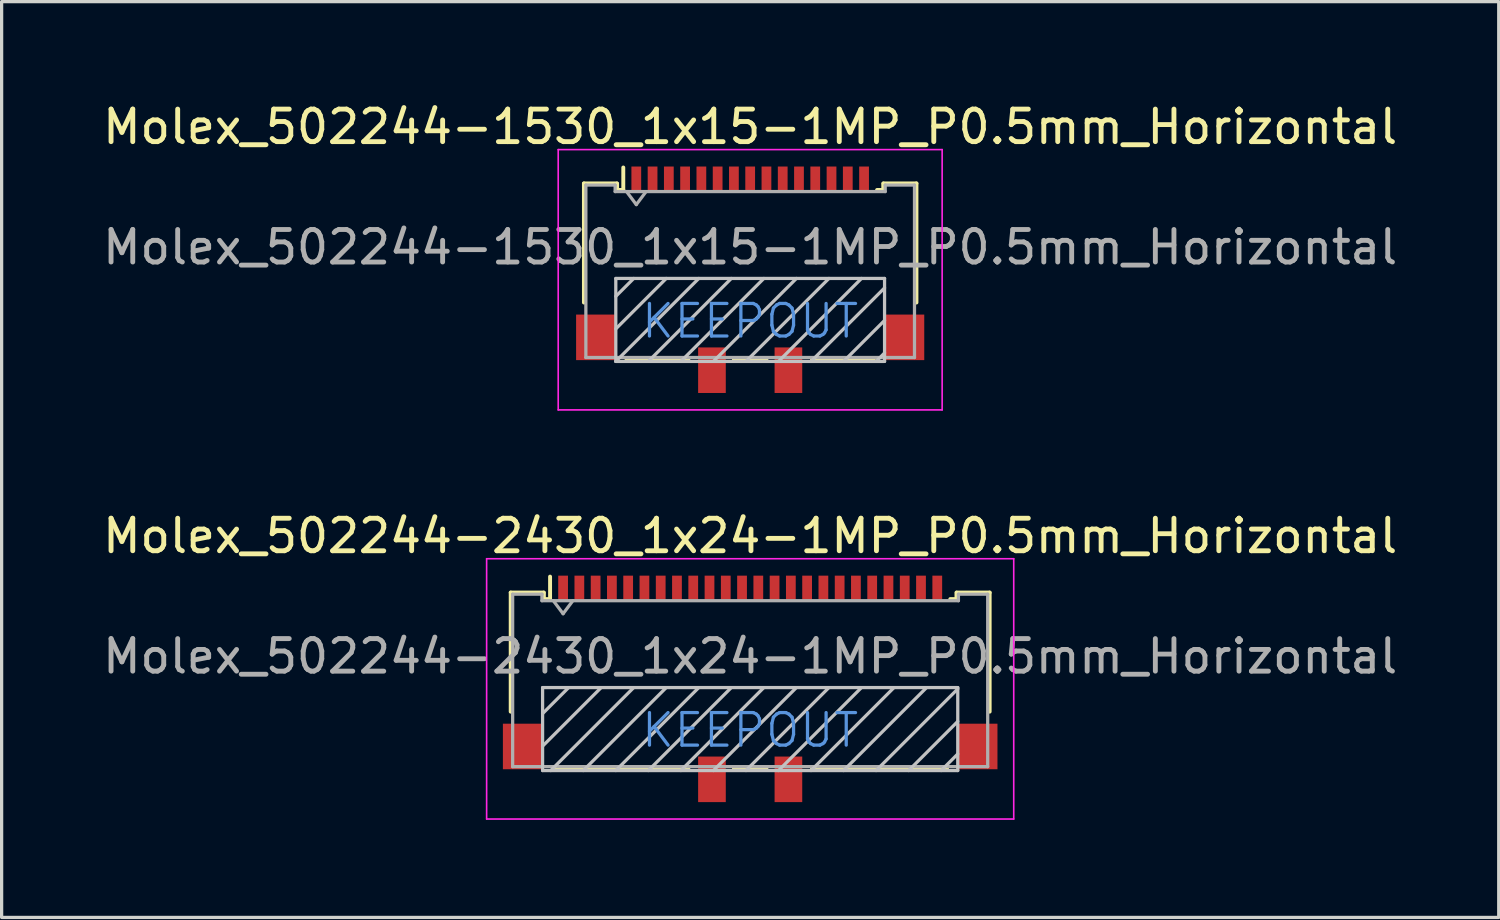
<source format=kicad_pcb>
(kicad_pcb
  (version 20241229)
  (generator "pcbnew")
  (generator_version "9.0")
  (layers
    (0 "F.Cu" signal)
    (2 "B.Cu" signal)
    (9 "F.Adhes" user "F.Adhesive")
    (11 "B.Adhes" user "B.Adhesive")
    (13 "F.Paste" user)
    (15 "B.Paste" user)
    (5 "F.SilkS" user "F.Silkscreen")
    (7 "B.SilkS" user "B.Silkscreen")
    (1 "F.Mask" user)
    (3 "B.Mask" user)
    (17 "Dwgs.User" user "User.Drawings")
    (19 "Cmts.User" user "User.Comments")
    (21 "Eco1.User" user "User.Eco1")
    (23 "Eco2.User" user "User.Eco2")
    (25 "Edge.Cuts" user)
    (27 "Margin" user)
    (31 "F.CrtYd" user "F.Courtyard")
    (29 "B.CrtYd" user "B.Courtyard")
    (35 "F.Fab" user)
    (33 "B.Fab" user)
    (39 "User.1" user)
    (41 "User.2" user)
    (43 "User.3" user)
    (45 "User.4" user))
  (footprint "Molex_502244-2430_1x24-1MP_P0.5mm_Horizontal"
    (layer "F.Cu")
    (at 20.006 18.122)
    (property "Reference" "Molex_502244-2430_1x24-1MP_P0.5mm_Horizontal" (at 0 -4.7 0) (layer "F.SilkS") (effects (font (size 1 1) (thickness 0.15))))
    (attr smd)
    (fp_line (start -7.36 -2.96) (end -6.35 -2.96) (stroke (width 0.12) (type solid)) (layer "F.SilkS"))
    (fp_line (start -7.36 0.7) (end -7.36 -2.96) (stroke (width 0.12) (type solid)) (layer "F.SilkS"))
    (fp_line (start -6.34 -2.76) (end -6.34 -2.96) (stroke (width 0.12) (type solid)) (layer "F.SilkS"))
    (fp_line (start -6.34 -2.76) (end -6.15 -2.76) (stroke (width 0.12) (type solid)) (layer "F.SilkS"))
    (fp_line (start -6.15 -2.76) (end -6.15 -3.45) (stroke (width 0.12) (type solid)) (layer "F.SilkS"))
    (fp_line (start -6.05 2.45) (end -1.9 2.45) (stroke (width 0.12) (type solid)) (layer "F.SilkS"))
    (fp_line (start -0.5 2.45) (end 0.5 2.45) (stroke (width 0.12) (type solid)) (layer "F.SilkS"))
    (fp_line (start 1.9 2.45) (end 6.05 2.45) (stroke (width 0.12) (type solid)) (layer "F.SilkS"))
    (fp_line (start 6.34 -2.96) (end 6.34 -2.76) (stroke (width 0.12) (type solid)) (layer "F.SilkS"))
    (fp_line (start 6.34 -2.76) (end 6.15 -2.76) (stroke (width 0.12) (type solid)) (layer "F.SilkS"))
    (fp_line (start 6.35 -2.96) (end 7.36 -2.96) (stroke (width 0.12) (type solid)) (layer "F.SilkS"))
    (fp_line (start 7.36 -2.96) (end 7.36 0.7) (stroke (width 0.12) (type solid)) (layer "F.SilkS"))
    (fp_line (start -6.38 -0.04) (end 6.38 -0.04) (stroke (width 0.1) (type solid)) (layer "Dwgs.User"))
    (fp_line (start -6.38 0.76) (end -5.58 -0.04) (stroke (width 0.1) (type solid)) (layer "Dwgs.User"))
    (fp_line (start -6.38 1.76) (end -4.58 -0.04) (stroke (width 0.1) (type solid)) (layer "Dwgs.User"))
    (fp_line (start -6.38 2.51) (end -6.38 -0.04) (stroke (width 0.1) (type solid)) (layer "Dwgs.User"))
    (fp_line (start -6.13 2.51) (end -3.58 -0.04) (stroke (width 0.1) (type solid)) (layer "Dwgs.User"))
    (fp_line (start -5.13 2.51) (end -2.58 -0.04) (stroke (width 0.1) (type solid)) (layer "Dwgs.User"))
    (fp_line (start -4.13 2.51) (end -1.58 -0.04) (stroke (width 0.1) (type solid)) (layer "Dwgs.User"))
    (fp_line (start -3.13 2.51) (end -0.58 -0.04) (stroke (width 0.1) (type solid)) (layer "Dwgs.User"))
    (fp_line (start -2.13 2.51) (end 0.42 -0.04) (stroke (width 0.1) (type solid)) (layer "Dwgs.User"))
    (fp_line (start -1.13 2.51) (end 1.42 -0.04) (stroke (width 0.1) (type solid)) (layer "Dwgs.User"))
    (fp_line (start -0.13 2.51) (end 2.42 -0.04) (stroke (width 0.1) (type solid)) (layer "Dwgs.User"))
    (fp_line (start 0.87 2.51) (end 3.42 -0.04) (stroke (width 0.1) (type solid)) (layer "Dwgs.User"))
    (fp_line (start 1.87 2.51) (end 4.42 -0.04) (stroke (width 0.1) (type solid)) (layer "Dwgs.User"))
    (fp_line (start 2.87 2.51) (end 5.42 -0.04) (stroke (width 0.1) (type solid)) (layer "Dwgs.User"))
    (fp_line (start 3.87 2.51) (end 6.38 0) (stroke (width 0.1) (type solid)) (layer "Dwgs.User"))
    (fp_line (start 4.87 2.51) (end 6.38 1) (stroke (width 0.1) (type solid)) (layer "Dwgs.User"))
    (fp_line (start 5.87 2.51) (end 6.38 2) (stroke (width 0.1) (type solid)) (layer "Dwgs.User"))
    (fp_line (start 6.38 -0.04) (end 6.38 2.51) (stroke (width 0.1) (type solid)) (layer "Dwgs.User"))
    (fp_line (start 6.38 2.51) (end -6.38 2.51) (stroke (width 0.1) (type solid)) (layer "Dwgs.User"))
    (fp_line (start -8.1 -4) (end 8.1 -4) (stroke (width 0.05) (type solid)) (layer "F.CrtYd"))
    (fp_line (start -8.1 4) (end -8.1 -4) (stroke (width 0.05) (type solid)) (layer "F.CrtYd"))
    (fp_line (start 8.1 -4) (end 8.1 4) (stroke (width 0.05) (type solid)) (layer "F.CrtYd"))
    (fp_line (start 8.1 4) (end -8.1 4) (stroke (width 0.05) (type solid)) (layer "F.CrtYd"))
    (fp_line (start -7.3 -2.91) (end -7.3 2.39) (stroke (width 0.1) (type solid)) (layer "F.Fab"))
    (fp_line (start -7.3 2.39) (end 7.3 2.39) (stroke (width 0.1) (type solid)) (layer "F.Fab"))
    (fp_line (start -6.4 -2.91) (end -7.3 -2.91) (stroke (width 0.1) (type solid)) (layer "F.Fab"))
    (fp_line (start -6.4 -2.71) (end -6.4 -2.91) (stroke (width 0.1) (type solid)) (layer "F.Fab"))
    (fp_line (start -6.05 -2.71) (end -5.75 -2.31) (stroke (width 0.1) (type solid)) (layer "F.Fab"))
    (fp_line (start -5.75 -2.31) (end -5.45 -2.71) (stroke (width 0.1) (type solid)) (layer "F.Fab"))
    (fp_line (start 6.4 -2.91) (end 6.4 -2.71) (stroke (width 0.1) (type solid)) (layer "F.Fab"))
    (fp_line (start 6.4 -2.71) (end -6.4 -2.71) (stroke (width 0.1) (type solid)) (layer "F.Fab"))
    (fp_line (start 7.3 -2.91) (end 6.4 -2.91) (stroke (width 0.1) (type solid)) (layer "F.Fab"))
    (fp_line (start 7.3 -2.91) (end 7.3 2.39) (stroke (width 0.1) (type solid)) (layer "F.Fab"))
    (fp_text user "KEEPOUT" (at 0 1.271 0) (layer "Cmts.User") (effects (font (size 1 1) (thickness 0.1))))
    (fp_text user "${REFERENCE}" (at 0 -1 0) (layer "F.Fab") (effects (font (size 1 1) (thickness 0.15))))
    (pad "1" smd rect (at -5.75 -3.08) (size 0.3 0.8) (layers "F.Cu" "F.Mask" "F.Paste"))
    (pad "2" smd rect (at -5.25 -3.08) (size 0.3 0.8) (layers "F.Cu" "F.Mask" "F.Paste"))
    (pad "3" smd rect (at -4.75 -3.08) (size 0.3 0.8) (layers "F.Cu" "F.Mask" "F.Paste"))
    (pad "4" smd rect (at -4.25 -3.08) (size 0.3 0.8) (layers "F.Cu" "F.Mask" "F.Paste"))
    (pad "5" smd rect (at -3.75 -3.08) (size 0.3 0.8) (layers "F.Cu" "F.Mask" "F.Paste"))
    (pad "6" smd rect (at -3.25 -3.08) (size 0.3 0.8) (layers "F.Cu" "F.Mask" "F.Paste"))
    (pad "7" smd rect (at -2.75 -3.08) (size 0.3 0.8) (layers "F.Cu" "F.Mask" "F.Paste"))
    (pad "8" smd rect (at -2.25 -3.08) (size 0.3 0.8) (layers "F.Cu" "F.Mask" "F.Paste"))
    (pad "9" smd rect (at -1.75 -3.08) (size 0.3 0.8) (layers "F.Cu" "F.Mask" "F.Paste"))
    (pad "10" smd rect (at -1.25 -3.08) (size 0.3 0.8) (layers "F.Cu" "F.Mask" "F.Paste"))
    (pad "11" smd rect (at -0.75 -3.08) (size 0.3 0.8) (layers "F.Cu" "F.Mask" "F.Paste"))
    (pad "12" smd rect (at -0.25 -3.08) (size 0.3 0.8) (layers "F.Cu" "F.Mask" "F.Paste"))
    (pad "13" smd rect (at 0.25 -3.08) (size 0.3 0.8) (layers "F.Cu" "F.Mask" "F.Paste"))
    (pad "14" smd rect (at 0.75 -3.08) (size 0.3 0.8) (layers "F.Cu" "F.Mask" "F.Paste"))
    (pad "15" smd rect (at 1.25 -3.08) (size 0.3 0.8) (layers "F.Cu" "F.Mask" "F.Paste"))
    (pad "16" smd rect (at 1.75 -3.08) (size 0.3 0.8) (layers "F.Cu" "F.Mask" "F.Paste"))
    (pad "17" smd rect (at 2.25 -3.08) (size 0.3 0.8) (layers "F.Cu" "F.Mask" "F.Paste"))
    (pad "18" smd rect (at 2.75 -3.08) (size 0.3 0.8) (layers "F.Cu" "F.Mask" "F.Paste"))
    (pad "19" smd rect (at 3.25 -3.08) (size 0.3 0.8) (layers "F.Cu" "F.Mask" "F.Paste"))
    (pad "20" smd rect (at 3.75 -3.08) (size 0.3 0.8) (layers "F.Cu" "F.Mask" "F.Paste"))
    (pad "21" smd rect (at 4.25 -3.08) (size 0.3 0.8) (layers "F.Cu" "F.Mask" "F.Paste"))
    (pad "22" smd rect (at 4.75 -3.08) (size 0.3 0.8) (layers "F.Cu" "F.Mask" "F.Paste"))
    (pad "23" smd rect (at 5.25 -3.08) (size 0.3 0.8) (layers "F.Cu" "F.Mask" "F.Paste"))
    (pad "24" smd rect (at 5.75 -3.08) (size 0.3 0.8) (layers "F.Cu" "F.Mask" "F.Paste"))
    (pad "MP" smd rect (at -6.99 1.77) (size 1.22 1.4) (layers "F.Cu" "F.Mask" "F.Paste"))
    (pad "MP" smd rect (at -1.175 2.78) (size 0.85 1.4) (layers "F.Cu" "F.Mask" "F.Paste"))
    (pad "MP" smd rect (at 1.175 2.78) (size 0.85 1.4) (layers "F.Cu" "F.Mask" "F.Paste"))
    (pad "MP" smd rect (at 6.99 1.77) (size 1.22 1.4) (layers "F.Cu" "F.Mask" "F.Paste")))
  (footprint "Molex_502244-1530_1x15-1MP_P0.5mm_Horizontal"
    (layer "F.Cu")
    (at 20.006 5.548)
    (property "Reference" "Molex_502244-1530_1x15-1MP_P0.5mm_Horizontal" (at 0 -4.7 0) (layer "F.SilkS") (effects (font (size 1 1) (thickness 0.15))))
    (attr smd)
    (fp_line (start -5.11 -2.96) (end -4.1 -2.96) (stroke (width 0.12) (type solid)) (layer "F.SilkS"))
    (fp_line (start -5.11 0.7) (end -5.11 -2.96) (stroke (width 0.12) (type solid)) (layer "F.SilkS"))
    (fp_line (start -4.09 -2.76) (end -4.09 -2.96) (stroke (width 0.12) (type solid)) (layer "F.SilkS"))
    (fp_line (start -4.09 -2.76) (end -3.9 -2.76) (stroke (width 0.12) (type solid)) (layer "F.SilkS"))
    (fp_line (start -3.9 -2.76) (end -3.9 -3.45) (stroke (width 0.12) (type solid)) (layer "F.SilkS"))
    (fp_line (start -3.8 2.45) (end -1.9 2.45) (stroke (width 0.12) (type solid)) (layer "F.SilkS"))
    (fp_line (start -0.5 2.45) (end 0.5 2.45) (stroke (width 0.12) (type solid)) (layer "F.SilkS"))
    (fp_line (start 1.9 2.45) (end 3.8 2.45) (stroke (width 0.12) (type solid)) (layer "F.SilkS"))
    (fp_line (start 4.09 -2.96) (end 4.09 -2.76) (stroke (width 0.12) (type solid)) (layer "F.SilkS"))
    (fp_line (start 4.09 -2.76) (end 3.9 -2.76) (stroke (width 0.12) (type solid)) (layer "F.SilkS"))
    (fp_line (start 4.1 -2.96) (end 5.11 -2.96) (stroke (width 0.12) (type solid)) (layer "F.SilkS"))
    (fp_line (start 5.11 -2.96) (end 5.11 0.7) (stroke (width 0.12) (type solid)) (layer "F.SilkS"))
    (fp_line (start -4.13 -0.04) (end 4.13 -0.04) (stroke (width 0.1) (type solid)) (layer "Dwgs.User"))
    (fp_line (start -4.13 0.51) (end -3.58 -0.04) (stroke (width 0.1) (type solid)) (layer "Dwgs.User"))
    (fp_line (start -4.13 1.51) (end -2.58 -0.04) (stroke (width 0.1) (type solid)) (layer "Dwgs.User"))
    (fp_line (start -4.13 2.51) (end -4.13 -0.04) (stroke (width 0.1) (type solid)) (layer "Dwgs.User"))
    (fp_line (start -4.13 2.51) (end -1.58 -0.04) (stroke (width 0.1) (type solid)) (layer "Dwgs.User"))
    (fp_line (start -3.13 2.51) (end -0.58 -0.04) (stroke (width 0.1) (type solid)) (layer "Dwgs.User"))
    (fp_line (start -2.13 2.51) (end 0.42 -0.04) (stroke (width 0.1) (type solid)) (layer "Dwgs.User"))
    (fp_line (start -1.13 2.51) (end 1.42 -0.04) (stroke (width 0.1) (type solid)) (layer "Dwgs.User"))
    (fp_line (start -0.13 2.51) (end 2.42 -0.04) (stroke (width 0.1) (type solid)) (layer "Dwgs.User"))
    (fp_line (start 0.87 2.51) (end 3.42 -0.04) (stroke (width 0.1) (type solid)) (layer "Dwgs.User"))
    (fp_line (start 1.87 2.51) (end 4.13 0.25) (stroke (width 0.1) (type solid)) (layer "Dwgs.User"))
    (fp_line (start 2.87 2.51) (end 4.13 1.25) (stroke (width 0.1) (type solid)) (layer "Dwgs.User"))
    (fp_line (start 3.87 2.51) (end 4.13 2.25) (stroke (width 0.1) (type solid)) (layer "Dwgs.User"))
    (fp_line (start 4.13 -0.04) (end 4.13 2.51) (stroke (width 0.1) (type solid)) (layer "Dwgs.User"))
    (fp_line (start 4.13 2.51) (end -4.13 2.51) (stroke (width 0.1) (type solid)) (layer "Dwgs.User"))
    (fp_line (start -5.9 -4) (end 5.9 -4) (stroke (width 0.05) (type solid)) (layer "F.CrtYd"))
    (fp_line (start -5.9 4) (end -5.9 -4) (stroke (width 0.05) (type solid)) (layer "F.CrtYd"))
    (fp_line (start 5.9 -4) (end 5.9 4) (stroke (width 0.05) (type solid)) (layer "F.CrtYd"))
    (fp_line (start 5.9 4) (end -5.9 4) (stroke (width 0.05) (type solid)) (layer "F.CrtYd"))
    (fp_line (start -5.05 -2.91) (end -5.05 2.39) (stroke (width 0.1) (type solid)) (layer "F.Fab"))
    (fp_line (start -5.05 2.39) (end 5.05 2.39) (stroke (width 0.1) (type solid)) (layer "F.Fab"))
    (fp_line (start -4.15 -2.91) (end -5.05 -2.91) (stroke (width 0.1) (type solid)) (layer "F.Fab"))
    (fp_line (start -4.15 -2.71) (end -4.15 -2.91) (stroke (width 0.1) (type solid)) (layer "F.Fab"))
    (fp_line (start -3.8 -2.71) (end -3.5 -2.31) (stroke (width 0.1) (type solid)) (layer "F.Fab"))
    (fp_line (start -3.5 -2.31) (end -3.2 -2.71) (stroke (width 0.1) (type solid)) (layer "F.Fab"))
    (fp_line (start 4.15 -2.91) (end 4.15 -2.71) (stroke (width 0.1) (type solid)) (layer "F.Fab"))
    (fp_line (start 4.15 -2.71) (end -4.15 -2.71) (stroke (width 0.1) (type solid)) (layer "F.Fab"))
    (fp_line (start 5.05 -2.91) (end 4.15 -2.91) (stroke (width 0.1) (type solid)) (layer "F.Fab"))
    (fp_line (start 5.05 -2.91) (end 5.05 2.39) (stroke (width 0.1) (type solid)) (layer "F.Fab"))
    (fp_text user "KEEPOUT" (at 0 1.271 0) (layer "Cmts.User") (effects (font (size 1 1) (thickness 0.1))))
    (fp_text user "${REFERENCE}" (at 0 -1 0) (layer "F.Fab") (effects (font (size 1 1) (thickness 0.15))))
    (pad "1" smd rect (at -3.5 -3.08) (size 0.3 0.8) (layers "F.Cu" "F.Mask" "F.Paste"))
    (pad "2" smd rect (at -3 -3.08) (size 0.3 0.8) (layers "F.Cu" "F.Mask" "F.Paste"))
    (pad "3" smd rect (at -2.5 -3.08) (size 0.3 0.8) (layers "F.Cu" "F.Mask" "F.Paste"))
    (pad "4" smd rect (at -2 -3.08) (size 0.3 0.8) (layers "F.Cu" "F.Mask" "F.Paste"))
    (pad "5" smd rect (at -1.5 -3.08) (size 0.3 0.8) (layers "F.Cu" "F.Mask" "F.Paste"))
    (pad "6" smd rect (at -1 -3.08) (size 0.3 0.8) (layers "F.Cu" "F.Mask" "F.Paste"))
    (pad "7" smd rect (at -0.5 -3.08) (size 0.3 0.8) (layers "F.Cu" "F.Mask" "F.Paste"))
    (pad "8" smd rect (at 0 -3.08) (size 0.3 0.8) (layers "F.Cu" "F.Mask" "F.Paste"))
    (pad "9" smd rect (at 0.5 -3.08) (size 0.3 0.8) (layers "F.Cu" "F.Mask" "F.Paste"))
    (pad "10" smd rect (at 1 -3.08) (size 0.3 0.8) (layers "F.Cu" "F.Mask" "F.Paste"))
    (pad "11" smd rect (at 1.5 -3.08) (size 0.3 0.8) (layers "F.Cu" "F.Mask" "F.Paste"))
    (pad "12" smd rect (at 2 -3.08) (size 0.3 0.8) (layers "F.Cu" "F.Mask" "F.Paste"))
    (pad "13" smd rect (at 2.5 -3.08) (size 0.3 0.8) (layers "F.Cu" "F.Mask" "F.Paste"))
    (pad "14" smd rect (at 3 -3.08) (size 0.3 0.8) (layers "F.Cu" "F.Mask" "F.Paste"))
    (pad "15" smd rect (at 3.5 -3.08) (size 0.3 0.8) (layers "F.Cu" "F.Mask" "F.Paste"))
    (pad "MP" smd rect (at -4.74 1.77) (size 1.22 1.4) (layers "F.Cu" "F.Mask" "F.Paste"))
    (pad "MP" smd rect (at -1.175 2.78) (size 0.85 1.4) (layers "F.Cu" "F.Mask" "F.Paste"))
    (pad "MP" smd rect (at 1.175 2.78) (size 0.85 1.4) (layers "F.Cu" "F.Mask" "F.Paste"))
    (pad "MP" smd rect (at 4.74 1.77) (size 1.22 1.4) (layers "F.Cu" "F.Mask" "F.Paste")))
  (gr_rect
    (start -3 -3)
    (end 43.012 25.146)
    (stroke (width 0.1) (type default))
    (fill no)
    (layer "Edge.Cuts")))
</source>
